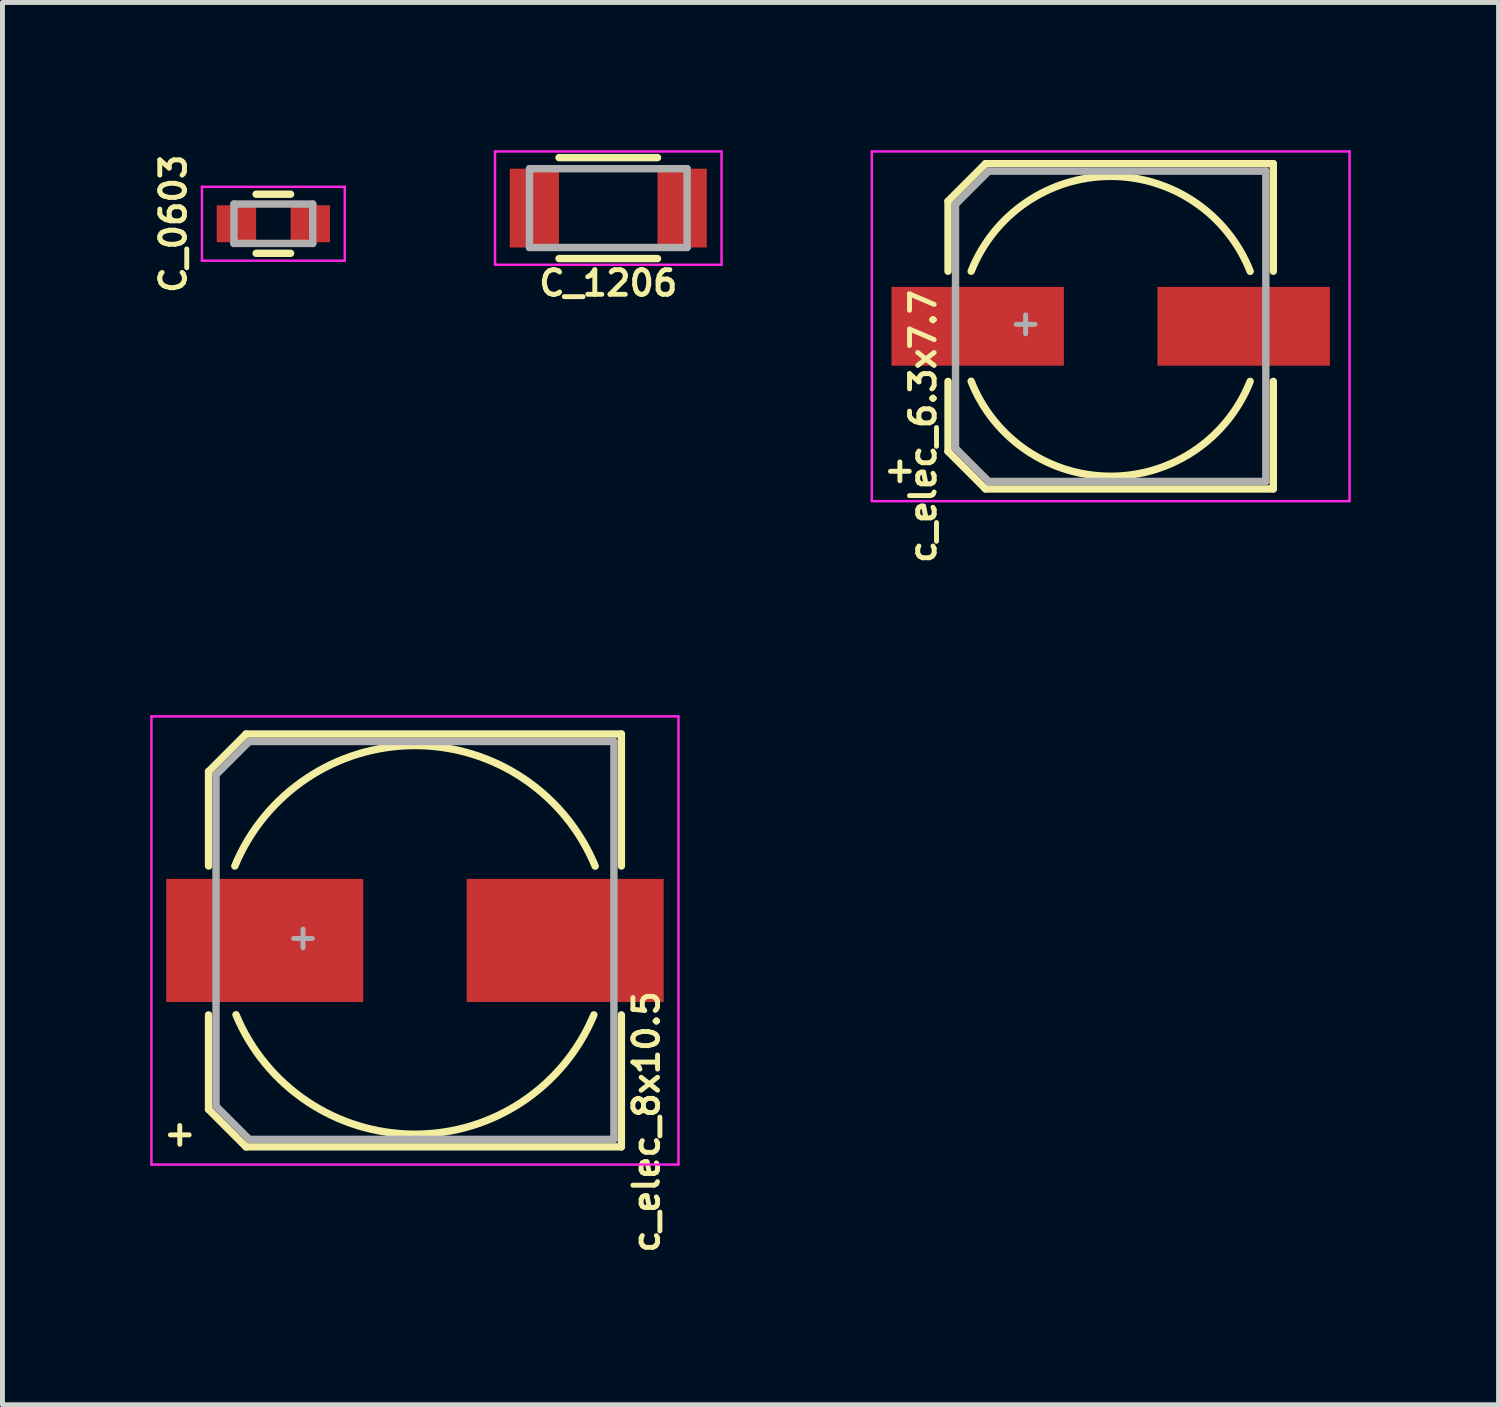
<source format=kicad_pcb>
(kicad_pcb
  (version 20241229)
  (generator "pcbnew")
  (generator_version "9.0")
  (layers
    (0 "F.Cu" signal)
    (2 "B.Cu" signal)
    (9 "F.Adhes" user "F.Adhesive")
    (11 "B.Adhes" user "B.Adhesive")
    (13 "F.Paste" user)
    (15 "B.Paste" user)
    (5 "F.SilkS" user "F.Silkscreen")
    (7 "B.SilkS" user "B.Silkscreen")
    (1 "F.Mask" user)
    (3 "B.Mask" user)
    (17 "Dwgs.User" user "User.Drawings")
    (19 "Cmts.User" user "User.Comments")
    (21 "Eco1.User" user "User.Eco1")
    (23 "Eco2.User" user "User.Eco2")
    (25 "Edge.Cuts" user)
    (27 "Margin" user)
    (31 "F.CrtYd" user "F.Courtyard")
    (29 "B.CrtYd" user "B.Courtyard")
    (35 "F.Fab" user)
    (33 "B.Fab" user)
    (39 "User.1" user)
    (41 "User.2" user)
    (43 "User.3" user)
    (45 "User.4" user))
  (footprint "c_elec_6.3x7.7"
    (layer "F.Cu")
    (at 19.5 3.575)
    (property "Reference" "c_elec_6.3x7.7" (at -3.81 2.032 90) (layer "F.SilkS") (effects (font (size 0.5 0.5) (thickness 0.1))))
    (attr smd)
    (fp_line (start -3.302 -2.54) (end -3.302 -1.118) (stroke (width 0.15) (type solid)) (layer "F.SilkS"))
    (fp_line (start -3.302 -2.54) (end -2.54 -3.302) (stroke (width 0.15) (type solid)) (layer "F.SilkS"))
    (fp_line (start -3.302 2.54) (end -3.302 1.118) (stroke (width 0.15) (type solid)) (layer "F.SilkS"))
    (fp_line (start -2.54 -3.302) (end 3.302 -3.302) (stroke (width 0.15) (type solid)) (layer "F.SilkS"))
    (fp_line (start -2.54 3.302) (end -3.302 2.54) (stroke (width 0.15) (type solid)) (layer "F.SilkS"))
    (fp_line (start 3.302 -3.302) (end 3.302 -1.118) (stroke (width 0.15) (type solid)) (layer "F.SilkS"))
    (fp_line (start 3.302 3.302) (end -2.54 3.302) (stroke (width 0.15) (type solid)) (layer "F.SilkS"))
    (fp_line (start 3.302 3.302) (end 3.302 1.118) (stroke (width 0.15) (type solid)) (layer "F.SilkS"))
    (fp_arc (start -2.8321 -1.1176) (mid 0.001257 -3.044638) (end 2.833022 -1.115262) (stroke (width 0.15) (type solid)) (layer "F.SilkS"))
    (fp_arc (start 2.8321 1.1176) (mid -0.001257 3.044638) (end -2.833022 1.115262) (stroke (width 0.15) (type solid)) (layer "F.SilkS"))
    (fp_line (start -4.85 -3.55) (end -4.85 3.55) (stroke (width 0.05) (type solid)) (layer "F.CrtYd"))
    (fp_line (start -4.85 3.55) (end 4.85 3.55) (stroke (width 0.05) (type solid)) (layer "F.CrtYd"))
    (fp_line (start 4.85 -3.55) (end -4.85 -3.55) (stroke (width 0.05) (type solid)) (layer "F.CrtYd"))
    (fp_line (start 4.85 3.55) (end 4.85 -3.55) (stroke (width 0.05) (type solid)) (layer "F.CrtYd"))
    (fp_line (start -3.15 -2.477) (end -3.15 2.477) (stroke (width 0.15) (type solid)) (layer "F.Fab"))
    (fp_line (start -3.15 2.477) (end -2.477 3.15) (stroke (width 0.15) (type solid)) (layer "F.Fab"))
    (fp_line (start -2.477 -3.15) (end -3.15 -2.477) (stroke (width 0.15) (type solid)) (layer "F.Fab"))
    (fp_line (start -2.477 3.15) (end 3.15 3.15) (stroke (width 0.15) (type solid)) (layer "F.Fab"))
    (fp_line (start 3.15 -3.15) (end -2.477 -3.15) (stroke (width 0.15) (type solid)) (layer "F.Fab"))
    (fp_line (start 3.15 3.15) (end 3.15 -3.15) (stroke (width 0.15) (type solid)) (layer "F.Fab"))
    (fp_text user "+" (at -4.28 2.908 0) (layer "F.SilkS") (effects (font (size 0.5 0.5) (thickness 0.1))))
    (fp_text user "+" (at -1.727 -0.076 0) (layer "F.Fab") (effects (font (size 0.5 0.5) (thickness 0.1))))
    (pad "1" smd rect (at -2.7 0 180) (size 3.5 1.6) (layers "F.Cu" "F.Mask" "F.Paste"))
    (pad "2" smd rect (at 2.7 0 180) (size 3.5 1.6) (layers "F.Cu" "F.Mask" "F.Paste")))
  (footprint "C_1206"
    (layer "F.Cu")
    (at 9.3 1.175)
    (property "Reference" "C_1206" (at 0 1.524 180) (layer "F.SilkS") (effects (font (size 0.5 0.5) (thickness 0.1))))
    (attr smd)
    (fp_line (start -1 1.025) (end 1 1.025) (stroke (width 0.15) (type solid)) (layer "F.SilkS"))
    (fp_line (start 1 -1.025) (end -1 -1.025) (stroke (width 0.15) (type solid)) (layer "F.SilkS"))
    (fp_line (start -2.3 -1.15) (end -2.3 1.15) (stroke (width 0.05) (type solid)) (layer "F.CrtYd"))
    (fp_line (start -2.3 -1.15) (end 2.3 -1.15) (stroke (width 0.05) (type solid)) (layer "F.CrtYd"))
    (fp_line (start -2.3 1.15) (end 2.3 1.15) (stroke (width 0.05) (type solid)) (layer "F.CrtYd"))
    (fp_line (start 2.3 -1.15) (end 2.3 1.15) (stroke (width 0.05) (type solid)) (layer "F.CrtYd"))
    (fp_line (start -1.6 -0.8) (end 1.6 -0.8) (stroke (width 0.15) (type solid)) (layer "F.Fab"))
    (fp_line (start -1.6 0.8) (end -1.6 -0.8) (stroke (width 0.15) (type solid)) (layer "F.Fab"))
    (fp_line (start 1.6 -0.8) (end 1.6 0.8) (stroke (width 0.15) (type solid)) (layer "F.Fab"))
    (fp_line (start 1.6 0.8) (end -1.6 0.8) (stroke (width 0.15) (type solid)) (layer "F.Fab"))
    (pad "1" smd rect (at -1.5 0) (size 1 1.6) (layers "F.Cu" "F.Mask" "F.Paste"))
    (pad "2" smd rect (at 1.5 0) (size 1 1.6) (layers "F.Cu" "F.Mask" "F.Paste")))
  (footprint "C_0603"
    (layer "F.Cu")
    (at 2.5 1.493)
    (property "Reference" "C_0603" (at -2.032 0 90) (layer "F.SilkS") (effects (font (size 0.5 0.5) (thickness 0.1))))
    (attr smd)
    (fp_line (start -0.35 -0.6) (end 0.35 -0.6) (stroke (width 0.15) (type solid)) (layer "F.SilkS"))
    (fp_line (start 0.35 0.6) (end -0.35 0.6) (stroke (width 0.15) (type solid)) (layer "F.SilkS"))
    (fp_line (start -1.45 -0.75) (end -1.45 0.75) (stroke (width 0.05) (type solid)) (layer "F.CrtYd"))
    (fp_line (start -1.45 -0.75) (end 1.45 -0.75) (stroke (width 0.05) (type solid)) (layer "F.CrtYd"))
    (fp_line (start -1.45 0.75) (end 1.45 0.75) (stroke (width 0.05) (type solid)) (layer "F.CrtYd"))
    (fp_line (start 1.45 -0.75) (end 1.45 0.75) (stroke (width 0.05) (type solid)) (layer "F.CrtYd"))
    (fp_line (start -0.8 -0.4) (end 0.8 -0.4) (stroke (width 0.15) (type solid)) (layer "F.Fab"))
    (fp_line (start -0.8 0.4) (end -0.8 -0.4) (stroke (width 0.15) (type solid)) (layer "F.Fab"))
    (fp_line (start 0.8 -0.4) (end 0.8 0.4) (stroke (width 0.15) (type solid)) (layer "F.Fab"))
    (fp_line (start 0.8 0.4) (end -0.8 0.4) (stroke (width 0.15) (type solid)) (layer "F.Fab"))
    (pad "1" smd rect (at -0.75 0) (size 0.8 0.75) (layers "F.Cu" "F.Mask" "F.Paste"))
    (pad "2" smd rect (at 0.75 0) (size 0.8 0.75) (layers "F.Cu" "F.Mask" "F.Paste")))
  (footprint "c_elec_8x10.5"
    (layer "F.Cu")
    (at 5.375 16.044)
    (property "Reference" "c_elec_8x10.5" (at 4.699 3.683 90) (layer "F.SilkS") (effects (font (size 0.5 0.5) (thickness 0.1))))
    (attr smd)
    (fp_line (start -4.191 -3.429) (end -4.191 -1.511) (stroke (width 0.15) (type solid)) (layer "F.SilkS"))
    (fp_line (start -4.191 -3.429) (end -3.429 -4.191) (stroke (width 0.15) (type solid)) (layer "F.SilkS"))
    (fp_line (start -4.191 3.429) (end -4.191 1.511) (stroke (width 0.15) (type solid)) (layer "F.SilkS"))
    (fp_line (start -3.429 -4.191) (end 4.191 -4.191) (stroke (width 0.15) (type solid)) (layer "F.SilkS"))
    (fp_line (start -3.429 4.191) (end -4.191 3.429) (stroke (width 0.15) (type solid)) (layer "F.SilkS"))
    (fp_line (start 4.191 -4.191) (end 4.191 -1.511) (stroke (width 0.15) (type solid)) (layer "F.SilkS"))
    (fp_line (start 4.191 4.191) (end -3.429 4.191) (stroke (width 0.15) (type solid)) (layer "F.SilkS"))
    (fp_line (start 4.191 4.191) (end 4.191 1.511) (stroke (width 0.15) (type solid)) (layer "F.SilkS"))
    (fp_arc (start -3.6576 -1.5113) (mid 0.001026 -3.957533) (end 3.658383 -1.509403) (stroke (width 0.15) (type solid)) (layer "F.SilkS"))
    (fp_arc (start 3.6322 1.5113) (mid -0.001441 3.934069) (end -3.633306 1.508639) (stroke (width 0.15) (type solid)) (layer "F.SilkS"))
    (fp_line (start -5.35 -4.55) (end -5.35 4.55) (stroke (width 0.05) (type solid)) (layer "F.CrtYd"))
    (fp_line (start -5.35 4.55) (end 5.35 4.55) (stroke (width 0.05) (type solid)) (layer "F.CrtYd"))
    (fp_line (start 5.35 -4.55) (end -5.35 -4.55) (stroke (width 0.05) (type solid)) (layer "F.CrtYd"))
    (fp_line (start 5.35 4.55) (end 5.35 -4.55) (stroke (width 0.05) (type solid)) (layer "F.CrtYd"))
    (fp_line (start -4.039 -3.365) (end -4.039 3.365) (stroke (width 0.15) (type solid)) (layer "F.Fab"))
    (fp_line (start -4.039 3.365) (end -3.365 4.039) (stroke (width 0.15) (type solid)) (layer "F.Fab"))
    (fp_line (start -3.365 -4.039) (end -4.039 -3.365) (stroke (width 0.15) (type solid)) (layer "F.Fab"))
    (fp_line (start -3.365 4.039) (end 4.039 4.039) (stroke (width 0.15) (type solid)) (layer "F.Fab"))
    (fp_line (start 4.039 -4.039) (end -3.365 -4.039) (stroke (width 0.15) (type solid)) (layer "F.Fab"))
    (fp_line (start 4.039 4.039) (end 4.039 -4.039) (stroke (width 0.15) (type solid)) (layer "F.Fab"))
    (fp_text user "+" (at -4.775 3.912 0) (layer "F.SilkS") (effects (font (size 0.5 0.5) (thickness 0.1))))
    (fp_text user "+" (at -2.273 -0.076 0) (layer "F.Fab") (effects (font (size 0.5 0.5) (thickness 0.1))))
    (pad "1" smd rect (at -3.05 0 180) (size 4 2.5) (layers "F.Cu" "F.Mask" "F.Paste"))
    (pad "2" smd rect (at 3.05 0 180) (size 4 2.5) (layers "F.Cu" "F.Mask" "F.Paste")))
  (gr_rect
    (start -3 -3)
    (end 27.375 25.47)
    (stroke (width 0.1) (type default))
    (fill no)
    (layer "Edge.Cuts")))
</source>
